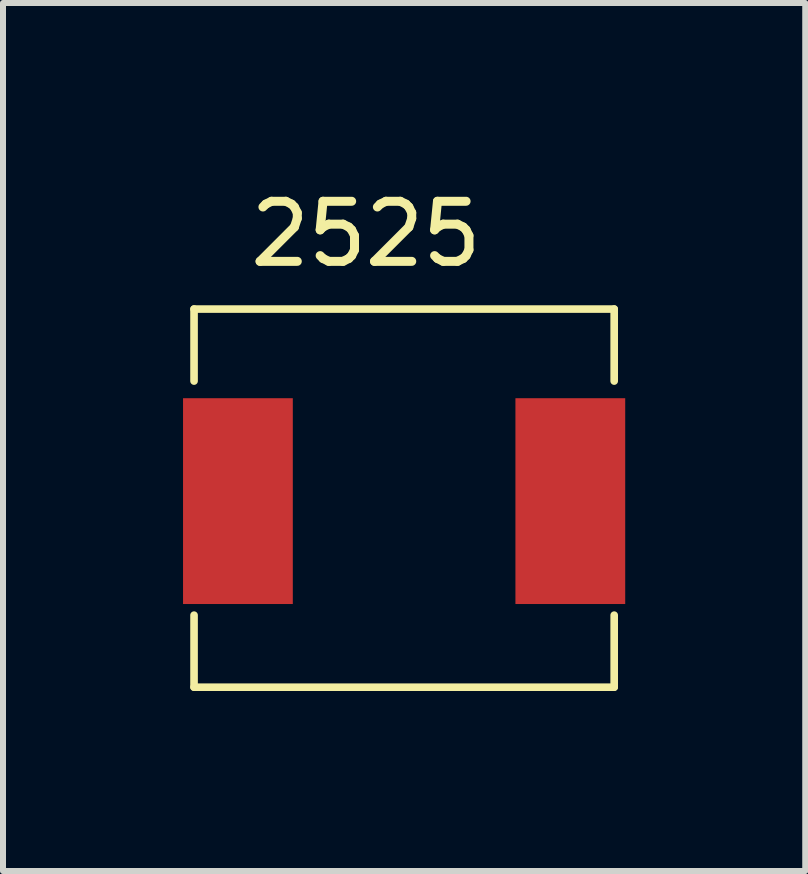
<source format=kicad_pcb>
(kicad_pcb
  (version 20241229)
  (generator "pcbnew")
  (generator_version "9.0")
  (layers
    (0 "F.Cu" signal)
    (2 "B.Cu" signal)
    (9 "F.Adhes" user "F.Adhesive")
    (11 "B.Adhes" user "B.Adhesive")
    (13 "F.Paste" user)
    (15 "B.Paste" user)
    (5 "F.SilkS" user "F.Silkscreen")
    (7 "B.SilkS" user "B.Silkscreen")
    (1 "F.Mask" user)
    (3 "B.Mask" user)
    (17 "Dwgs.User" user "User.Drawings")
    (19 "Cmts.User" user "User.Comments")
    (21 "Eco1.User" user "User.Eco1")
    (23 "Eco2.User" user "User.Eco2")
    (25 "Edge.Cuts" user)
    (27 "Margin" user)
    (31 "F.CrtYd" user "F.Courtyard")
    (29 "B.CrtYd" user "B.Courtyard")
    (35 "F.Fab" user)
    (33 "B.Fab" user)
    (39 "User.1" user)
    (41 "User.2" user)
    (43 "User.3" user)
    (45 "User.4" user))
  (footprint "2525"
    (layer "F.Cu")
    (at 3.683 5.299)
    (property "Reference" "2525" (at -0.636 -4.45 0) (layer "F.SilkS") (effects (font (size 1.001 1.001) (thickness 0.15))))
    (attr smd)
    (fp_line (start -3.5 -3.2) (end -3.5 -2) (stroke (width 0.127) (type solid)) (layer "F.SilkS"))
    (fp_line (start -3.5 -3.2) (end 3.5 -3.2) (stroke (width 0.127) (type solid)) (layer "F.SilkS"))
    (fp_line (start -3.5 3.1) (end -3.5 1.9) (stroke (width 0.127) (type solid)) (layer "F.SilkS"))
    (fp_line (start 3.5 -3.2) (end 3.5 -2) (stroke (width 0.127) (type solid)) (layer "F.SilkS"))
    (fp_line (start 3.5 3.1) (end -3.5 3.1) (stroke (width 0.127) (type solid)) (layer "F.SilkS"))
    (fp_line (start 3.5 3.1) (end 3.5 1.9) (stroke (width 0.127) (type solid)) (layer "F.SilkS"))
    (pad "1" smd rect (at 2.769 0 90) (size 3.429 1.829) (layers "F.Cu" "F.Mask" "F.Paste"))
    (pad "2" smd rect (at -2.769 0 90) (size 3.429 1.829) (layers "F.Cu" "F.Mask" "F.Paste")))
  (gr_rect
    (start -3 -3)
    (end 10.366 11.462)
    (stroke (width 0.1) (type default))
    (fill no)
    (layer "Edge.Cuts")))
</source>
